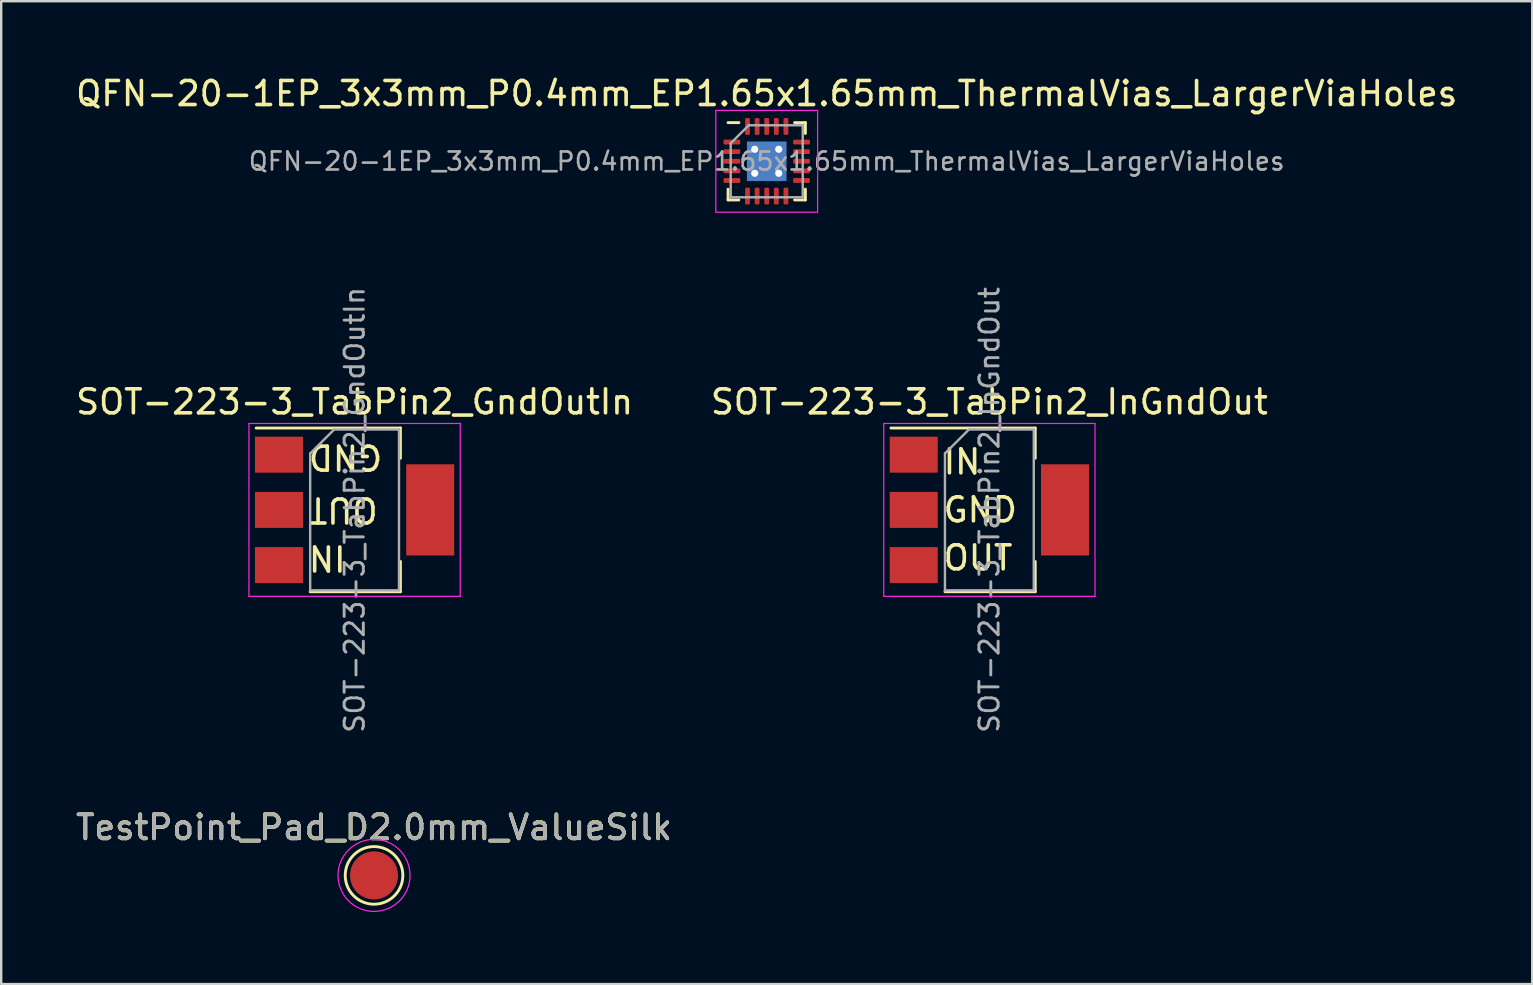
<source format=kicad_pcb>
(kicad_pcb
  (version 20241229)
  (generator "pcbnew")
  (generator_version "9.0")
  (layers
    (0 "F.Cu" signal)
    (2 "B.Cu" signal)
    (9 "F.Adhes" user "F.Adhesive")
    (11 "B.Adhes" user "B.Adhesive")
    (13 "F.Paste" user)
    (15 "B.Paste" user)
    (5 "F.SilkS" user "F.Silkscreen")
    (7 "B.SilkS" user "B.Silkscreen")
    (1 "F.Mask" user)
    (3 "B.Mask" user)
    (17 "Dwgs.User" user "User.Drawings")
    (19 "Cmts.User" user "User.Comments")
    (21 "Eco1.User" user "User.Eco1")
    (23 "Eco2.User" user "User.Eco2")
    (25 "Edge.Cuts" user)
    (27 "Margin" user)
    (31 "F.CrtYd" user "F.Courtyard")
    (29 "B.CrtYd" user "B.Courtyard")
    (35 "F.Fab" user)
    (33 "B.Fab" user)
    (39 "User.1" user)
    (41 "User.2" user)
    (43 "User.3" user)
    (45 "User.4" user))
  (footprint "TestPoint_Pad_D2.0mm_ValueSilk"
    (layer "F.Cu")
    (at 12.53 33.414)
    (property "Reference" "TestPoint_Pad_D2.0mm_ValueSilk" (at 0 -1.998 0) (layer "F.SilkS") (effects (font (size 1 1) (thickness 0.15))))
    (property "Value" "TestPoint_Pad_D2.0mm_ValueSilk" (at 0 2.05 0) (layer "F.Fab") (hide yes) (effects (font (size 1 1) (thickness 0.15))))
    (attr exclude_from_pos_files exclude_from_bom)
    (fp_circle (center 0 0) (end 0 1.2) (stroke (width 0.12) (type solid)) (fill no) (layer "F.SilkS"))
    (fp_circle (center 0 0) (end 1.5 0) (stroke (width 0.05) (type solid)) (fill no) (layer "F.CrtYd"))
    (fp_text user "${VALUE}" (at 0 -2 0) (layer "F.SilkS") (effects (font (size 1 1) (thickness 0.15))))
    (fp_text user "${REFERENCE}" (at 0 -2 0) (layer "F.Fab") (effects (font (size 1 1) (thickness 0.15))))
    (pad "1" smd circle (at 0 0) (size 2 2) (layers "F.Cu" "F.Mask")))
  (footprint "SOT-223-3_TabPin2_GndOutIn"
    (layer "F.Cu")
    (at 11.72 18.189)
    (property "Reference" "SOT-223-3_TabPin2_GndOutIn" (at 0 -4.5 0) (layer "F.SilkS") (effects (font (size 1 1) (thickness 0.15))))
    (attr smd)
    (fp_line (start -4.1 -3.41) (end 1.91 -3.41) (stroke (width 0.12) (type solid)) (layer "F.SilkS"))
    (fp_line (start -1.85 3.41) (end 1.91 3.41) (stroke (width 0.12) (type solid)) (layer "F.SilkS"))
    (fp_line (start 1.91 -3.41) (end 1.91 -2.15) (stroke (width 0.12) (type solid)) (layer "F.SilkS"))
    (fp_line (start 1.91 3.41) (end 1.91 2.15) (stroke (width 0.12) (type solid)) (layer "F.SilkS"))
    (fp_line (start -4.4 -3.6) (end -4.4 3.6) (stroke (width 0.05) (type solid)) (layer "F.CrtYd"))
    (fp_line (start -4.4 3.6) (end 4.4 3.6) (stroke (width 0.05) (type solid)) (layer "F.CrtYd"))
    (fp_line (start 4.4 -3.6) (end -4.4 -3.6) (stroke (width 0.05) (type solid)) (layer "F.CrtYd"))
    (fp_line (start 4.4 3.6) (end 4.4 -3.6) (stroke (width 0.05) (type solid)) (layer "F.CrtYd"))
    (fp_line (start -1.85 -2.35) (end -1.85 3.35) (stroke (width 0.1) (type solid)) (layer "F.Fab"))
    (fp_line (start -1.85 -2.35) (end -0.85 -3.35) (stroke (width 0.1) (type solid)) (layer "F.Fab"))
    (fp_line (start -1.85 3.35) (end 1.85 3.35) (stroke (width 0.1) (type solid)) (layer "F.Fab"))
    (fp_line (start -0.85 -3.35) (end 1.85 -3.35) (stroke (width 0.1) (type solid)) (layer "F.Fab"))
    (fp_line (start 1.85 -3.35) (end 1.85 3.35) (stroke (width 0.1) (type solid)) (layer "F.Fab"))
    (fp_text user "OUT" (at -2 0 180) (unlocked yes) (layer "F.SilkS") (effects (font (size 1 1) (thickness 0.15)) (justify right)))
    (fp_text user "IN" (at -2 2 180) (unlocked yes) (layer "F.SilkS") (effects (font (size 1 1) (thickness 0.15)) (justify right)))
    (fp_text user "GND" (at -2 -2.2 180) (unlocked yes) (layer "F.SilkS") (effects (font (size 1 1) (thickness 0.15)) (justify right)))
    (fp_text user "${REFERENCE}" (at 0 0 90) (layer "F.Fab") (effects (font (size 0.8 0.8) (thickness 0.12))))
    (pad "1" smd rect (at -3.15 -2.3) (size 2 1.5) (layers "F.Cu" "F.Mask" "F.Paste"))
    (pad "2" smd rect (at -3.15 0) (size 2 1.5) (layers "F.Cu" "F.Mask" "F.Paste"))
    (pad "2" smd rect (at 3.15 0) (size 2 3.8) (layers "F.Cu" "F.Mask" "F.Paste"))
    (pad "3" smd rect (at -3.15 2.3) (size 2 1.5) (layers "F.Cu" "F.Mask" "F.Paste")))
  (footprint "QFN-20-1EP_3x3mm_P0.4mm_EP1.65x1.65mm_ThermalVias_LargerViaHoles"
    (layer "F.Cu")
    (at 28.887 3.668)
    (property "Reference" "QFN-20-1EP_3x3mm_P0.4mm_EP1.65x1.65mm_ThermalVias_LargerViaHoles" (at 0 -2.82 0) (layer "F.SilkS") (effects (font (size 1 1) (thickness 0.15))))
    (attr smd)
    (fp_line (start -1.61 1.61) (end -1.61 1.16) (stroke (width 0.12) (type solid)) (layer "F.SilkS"))
    (fp_line (start -1.16 -1.61) (end -1.61 -1.61) (stroke (width 0.12) (type solid)) (layer "F.SilkS"))
    (fp_line (start -1.16 1.61) (end -1.61 1.61) (stroke (width 0.12) (type solid)) (layer "F.SilkS"))
    (fp_line (start 1.16 -1.61) (end 1.61 -1.61) (stroke (width 0.12) (type solid)) (layer "F.SilkS"))
    (fp_line (start 1.16 1.61) (end 1.61 1.61) (stroke (width 0.12) (type solid)) (layer "F.SilkS"))
    (fp_line (start 1.61 -1.61) (end 1.61 -1.16) (stroke (width 0.12) (type solid)) (layer "F.SilkS"))
    (fp_line (start 1.61 1.61) (end 1.61 1.16) (stroke (width 0.12) (type solid)) (layer "F.SilkS"))
    (fp_line (start -2.12 -2.12) (end -2.12 2.12) (stroke (width 0.05) (type solid)) (layer "F.CrtYd"))
    (fp_line (start -2.12 2.12) (end 2.12 2.12) (stroke (width 0.05) (type solid)) (layer "F.CrtYd"))
    (fp_line (start 2.12 -2.12) (end -2.12 -2.12) (stroke (width 0.05) (type solid)) (layer "F.CrtYd"))
    (fp_line (start 2.12 2.12) (end 2.12 -2.12) (stroke (width 0.05) (type solid)) (layer "F.CrtYd"))
    (fp_line (start -1.5 -0.75) (end -0.75 -1.5) (stroke (width 0.1) (type solid)) (layer "F.Fab"))
    (fp_line (start -1.5 1.5) (end -1.5 -0.75) (stroke (width 0.1) (type solid)) (layer "F.Fab"))
    (fp_line (start -0.75 -1.5) (end 1.5 -1.5) (stroke (width 0.1) (type solid)) (layer "F.Fab"))
    (fp_line (start 1.5 -1.5) (end 1.5 1.5) (stroke (width 0.1) (type solid)) (layer "F.Fab"))
    (fp_line (start 1.5 1.5) (end -1.5 1.5) (stroke (width 0.1) (type solid)) (layer "F.Fab"))
    (fp_text user "${REFERENCE}" (at 0 0 0) (layer "F.Fab") (effects (font (size 0.75 0.75) (thickness 0.11))))
    (pad "" smd roundrect (at -0.41 -0.41) (size 0.69 0.69) (layers "F.Paste") (roundrect_rratio 0.25))
    (pad "" smd roundrect (at -0.41 0.41) (size 0.69 0.69) (layers "F.Paste") (roundrect_rratio 0.25))
    (pad "" smd roundrect (at 0.41 -0.41) (size 0.69 0.69) (layers "F.Paste") (roundrect_rratio 0.25))
    (pad "" smd roundrect (at 0.41 0.41) (size 0.69 0.69) (layers "F.Paste") (roundrect_rratio 0.25))
    (pad "1" smd roundrect (at -1.45 -0.8) (size 0.7 0.2) (layers "F.Cu" "F.Mask" "F.Paste") (roundrect_rratio 0.25))
    (pad "2" smd roundrect (at -1.45 -0.4) (size 0.7 0.2) (layers "F.Cu" "F.Mask" "F.Paste") (roundrect_rratio 0.25))
    (pad "3" smd roundrect (at -1.45 0) (size 0.7 0.2) (layers "F.Cu" "F.Mask" "F.Paste") (roundrect_rratio 0.25))
    (pad "4" smd roundrect (at -1.45 0.4) (size 0.7 0.2) (layers "F.Cu" "F.Mask" "F.Paste") (roundrect_rratio 0.25))
    (pad "5" smd roundrect (at -1.45 0.8) (size 0.7 0.2) (layers "F.Cu" "F.Mask" "F.Paste") (roundrect_rratio 0.25))
    (pad "6" smd roundrect (at -0.8 1.45) (size 0.2 0.7) (layers "F.Cu" "F.Mask" "F.Paste") (roundrect_rratio 0.25))
    (pad "7" smd roundrect (at -0.4 1.45) (size 0.2 0.7) (layers "F.Cu" "F.Mask" "F.Paste") (roundrect_rratio 0.25))
    (pad "8" smd roundrect (at 0 1.45) (size 0.2 0.7) (layers "F.Cu" "F.Mask" "F.Paste") (roundrect_rratio 0.25))
    (pad "9" smd roundrect (at 0.4 1.45) (size 0.2 0.7) (layers "F.Cu" "F.Mask" "F.Paste") (roundrect_rratio 0.25))
    (pad "10" smd roundrect (at 0.8 1.45) (size 0.2 0.7) (layers "F.Cu" "F.Mask" "F.Paste") (roundrect_rratio 0.25))
    (pad "11" smd roundrect (at 1.45 0.8) (size 0.7 0.2) (layers "F.Cu" "F.Mask" "F.Paste") (roundrect_rratio 0.25))
    (pad "12" smd roundrect (at 1.45 0.4) (size 0.7 0.2) (layers "F.Cu" "F.Mask" "F.Paste") (roundrect_rratio 0.25))
    (pad "13" smd roundrect (at 1.45 0) (size 0.7 0.2) (layers "F.Cu" "F.Mask" "F.Paste") (roundrect_rratio 0.25))
    (pad "14" smd roundrect (at 1.45 -0.4) (size 0.7 0.2) (layers "F.Cu" "F.Mask" "F.Paste") (roundrect_rratio 0.25))
    (pad "15" smd roundrect (at 1.45 -0.8) (size 0.7 0.2) (layers "F.Cu" "F.Mask" "F.Paste") (roundrect_rratio 0.25))
    (pad "16" smd roundrect (at 0.8 -1.45) (size 0.2 0.7) (layers "F.Cu" "F.Mask" "F.Paste") (roundrect_rratio 0.25))
    (pad "17" smd roundrect (at 0.4 -1.45) (size 0.2 0.7) (layers "F.Cu" "F.Mask" "F.Paste") (roundrect_rratio 0.25))
    (pad "18" smd roundrect (at 0 -1.45) (size 0.2 0.7) (layers "F.Cu" "F.Mask" "F.Paste") (roundrect_rratio 0.25))
    (pad "19" smd roundrect (at -0.4 -1.45) (size 0.2 0.7) (layers "F.Cu" "F.Mask" "F.Paste") (roundrect_rratio 0.25))
    (pad "20" smd roundrect (at -0.8 -1.45) (size 0.2 0.7) (layers "F.Cu" "F.Mask" "F.Paste") (roundrect_rratio 0.25))
    (pad "PAD" thru_hole circle (at -0.5 -0.5) (size 0.6 0.6) (drill 0.3) (layers "*.Cu"))
    (pad "PAD" thru_hole circle (at -0.5 0.5) (size 0.6 0.6) (drill 0.3) (layers "*.Cu"))
    (pad "PAD" smd rect (at 0 0) (size 1.5 1.5) (layers "F.Cu" "F.Mask"))
    (pad "PAD" smd rect (at 0 0) (size 1.65 1.65) (layers "B.Cu"))
    (pad "PAD" thru_hole circle (at 0.5 -0.5) (size 0.6 0.6) (drill 0.3) (layers "*.Cu"))
    (pad "PAD" thru_hole circle (at 0.5 0.5) (size 0.6 0.6) (drill 0.3) (layers "*.Cu")))
  (footprint "SOT-223-3_TabPin2_InGndOut"
    (layer "F.Cu")
    (at 38.161 18.189)
    (property "Reference" "SOT-223-3_TabPin2_InGndOut" (at 0 -4.5 0) (layer "F.SilkS") (effects (font (size 1 1) (thickness 0.15))))
    (attr smd)
    (fp_line (start -4.1 -3.41) (end 1.91 -3.41) (stroke (width 0.12) (type solid)) (layer "F.SilkS"))
    (fp_line (start -1.85 3.41) (end 1.91 3.41) (stroke (width 0.12) (type solid)) (layer "F.SilkS"))
    (fp_line (start 1.91 -3.41) (end 1.91 -2.15) (stroke (width 0.12) (type solid)) (layer "F.SilkS"))
    (fp_line (start 1.91 3.41) (end 1.91 2.15) (stroke (width 0.12) (type solid)) (layer "F.SilkS"))
    (fp_line (start -4.4 -3.6) (end -4.4 3.6) (stroke (width 0.05) (type solid)) (layer "F.CrtYd"))
    (fp_line (start -4.4 3.6) (end 4.4 3.6) (stroke (width 0.05) (type solid)) (layer "F.CrtYd"))
    (fp_line (start 4.4 -3.6) (end -4.4 -3.6) (stroke (width 0.05) (type solid)) (layer "F.CrtYd"))
    (fp_line (start 4.4 3.6) (end 4.4 -3.6) (stroke (width 0.05) (type solid)) (layer "F.CrtYd"))
    (fp_line (start -1.85 -2.35) (end -1.85 3.35) (stroke (width 0.1) (type solid)) (layer "F.Fab"))
    (fp_line (start -1.85 -2.35) (end -0.85 -3.35) (stroke (width 0.1) (type solid)) (layer "F.Fab"))
    (fp_line (start -1.85 3.35) (end 1.85 3.35) (stroke (width 0.1) (type solid)) (layer "F.Fab"))
    (fp_line (start -0.85 -3.35) (end 1.85 -3.35) (stroke (width 0.1) (type solid)) (layer "F.Fab"))
    (fp_line (start 1.85 -3.35) (end 1.85 3.35) (stroke (width 0.1) (type solid)) (layer "F.Fab"))
    (fp_text user "OUT" (at -2 2 0) (unlocked yes) (layer "F.SilkS") (effects (font (size 1 1) (thickness 0.15)) (justify left)))
    (fp_text user "GND" (at -2 0 0) (unlocked yes) (layer "F.SilkS") (effects (font (size 1 1) (thickness 0.15)) (justify left)))
    (fp_text user "IN" (at -2 -2 0) (unlocked yes) (layer "F.SilkS") (effects (font (size 1 1) (thickness 0.15)) (justify left)))
    (fp_text user "${REFERENCE}" (at 0 0 90) (layer "F.Fab") (effects (font (size 0.8 0.8) (thickness 0.12))))
    (pad "1" smd rect (at -3.15 -2.3) (size 2 1.5) (layers "F.Cu" "F.Mask" "F.Paste"))
    (pad "2" smd rect (at -3.15 0) (size 2 1.5) (layers "F.Cu" "F.Mask" "F.Paste"))
    (pad "2" smd rect (at 3.15 0) (size 2 3.8) (layers "F.Cu" "F.Mask" "F.Paste"))
    (pad "3" smd rect (at -3.15 2.3) (size 2 1.5) (layers "F.Cu" "F.Mask" "F.Paste")))
  (gr_rect
    (start -3 -3)
    (end 60.774 37.939)
    (stroke (width 0.1) (type default))
    (fill no)
    (layer "Edge.Cuts")))
</source>
